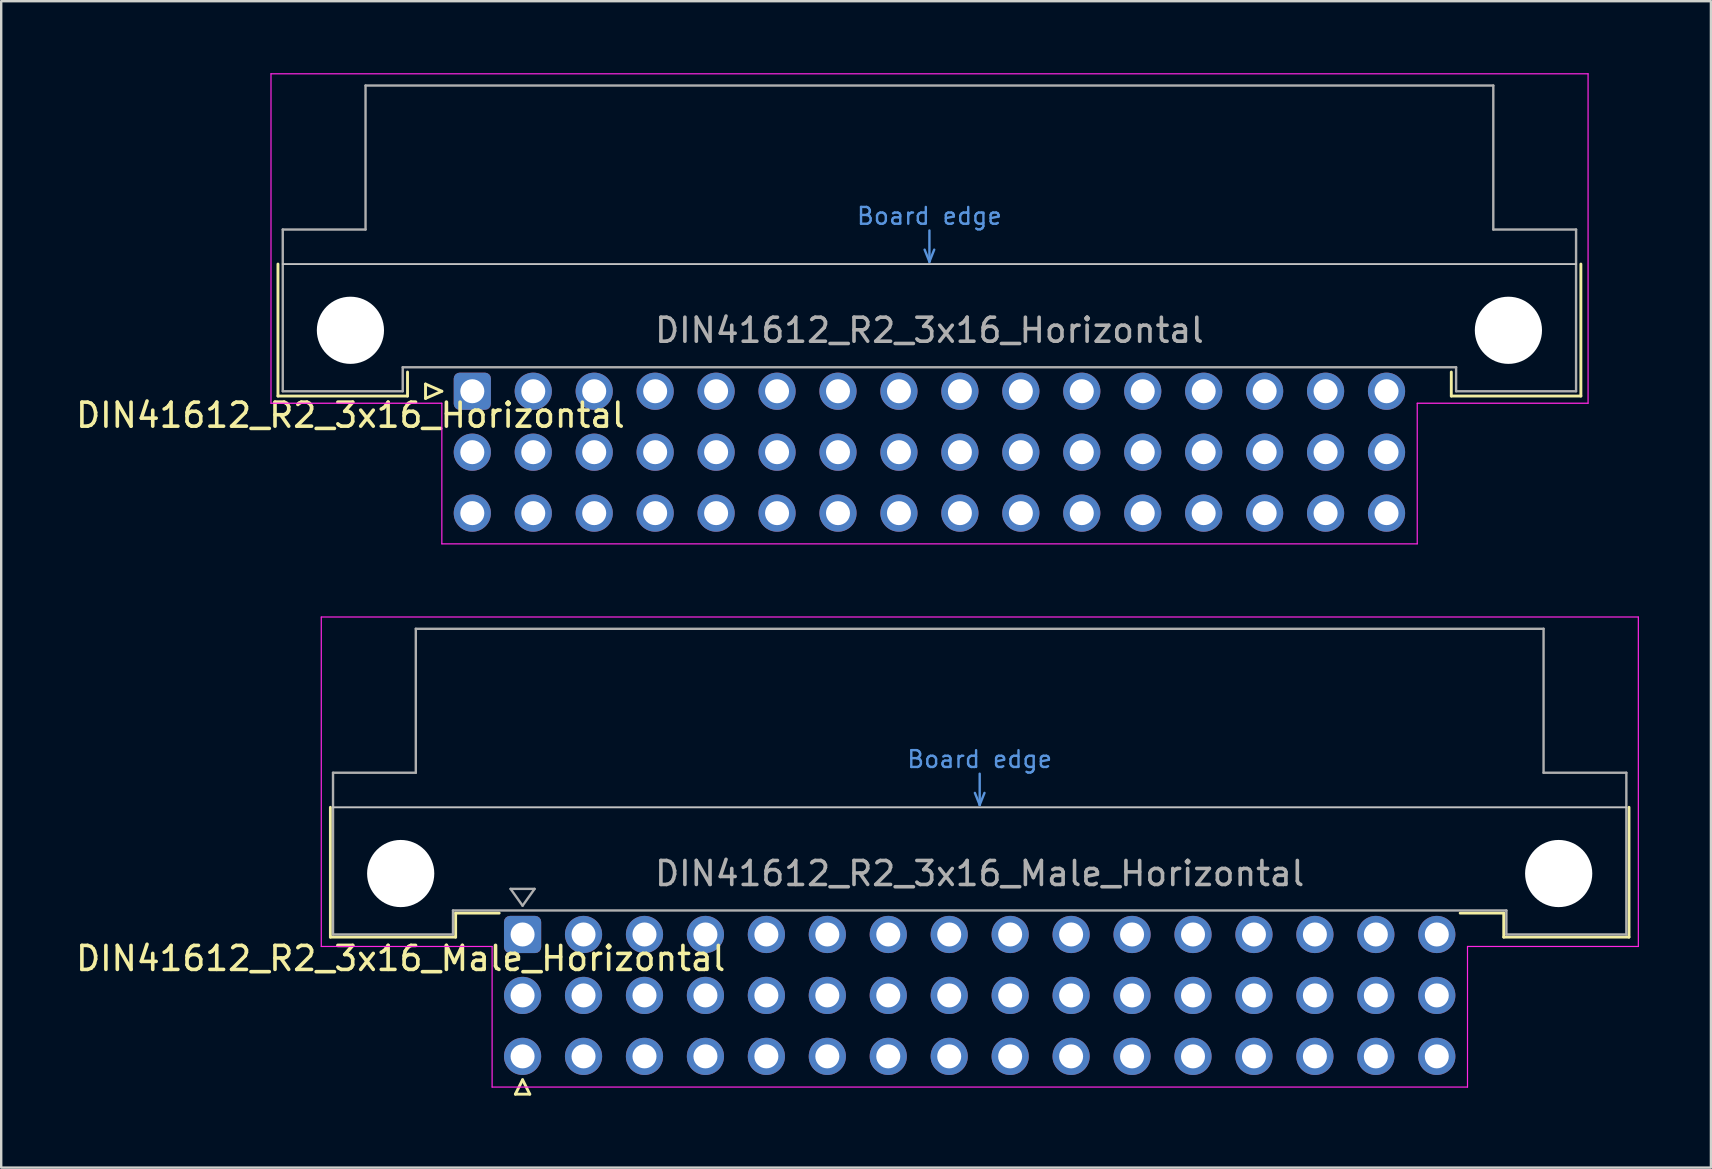
<source format=kicad_pcb>
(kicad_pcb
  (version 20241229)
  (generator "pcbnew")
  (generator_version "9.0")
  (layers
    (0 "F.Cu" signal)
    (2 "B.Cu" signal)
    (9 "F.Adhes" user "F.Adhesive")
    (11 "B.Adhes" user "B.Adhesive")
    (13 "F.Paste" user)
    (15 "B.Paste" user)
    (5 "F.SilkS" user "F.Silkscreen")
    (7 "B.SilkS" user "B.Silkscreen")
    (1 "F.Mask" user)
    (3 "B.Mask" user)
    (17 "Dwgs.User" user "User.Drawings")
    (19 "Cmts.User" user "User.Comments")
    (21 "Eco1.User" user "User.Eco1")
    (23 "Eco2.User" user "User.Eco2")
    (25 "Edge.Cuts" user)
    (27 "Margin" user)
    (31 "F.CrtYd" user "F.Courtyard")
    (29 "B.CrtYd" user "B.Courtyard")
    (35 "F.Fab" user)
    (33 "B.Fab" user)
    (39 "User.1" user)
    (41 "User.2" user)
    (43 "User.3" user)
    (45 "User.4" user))
  (footprint "DIN41612_R2_3x16_Male_Horizontal"
    (layer "F.Cu")
    (at 18.729 35.895)
    (property "Reference" "DIN41612_R2_3x16_Male_Horizontal" (at -5.08 1 0) (layer "F.SilkS") (effects (font (size 1 1) (thickness 0.15))))
    (attr through_hole)
    (fp_line (start -8.01 -5.3) (end -8.01 0.11) (stroke (width 0.12) (type solid)) (layer "F.SilkS"))
    (fp_line (start -8.01 0.11) (end -2.79 0.11) (stroke (width 0.12) (type solid)) (layer "F.SilkS"))
    (fp_line (start -2.79 -0.89) (end -0.975 -0.89) (stroke (width 0.12) (type solid)) (layer "F.SilkS"))
    (fp_line (start -2.79 0.11) (end -2.79 -0.89) (stroke (width 0.12) (type solid)) (layer "F.SilkS"))
    (fp_line (start -0.3 6.655) (end 0.3 6.655) (stroke (width 0.12) (type solid)) (layer "F.SilkS"))
    (fp_line (start 0 6.055) (end -0.3 6.655) (stroke (width 0.12) (type solid)) (layer "F.SilkS"))
    (fp_line (start 0.3 6.655) (end 0 6.055) (stroke (width 0.12) (type solid)) (layer "F.SilkS"))
    (fp_line (start 40.89 -0.89) (end 39.075 -0.89) (stroke (width 0.12) (type solid)) (layer "F.SilkS"))
    (fp_line (start 40.89 0.11) (end 40.89 -0.89) (stroke (width 0.12) (type solid)) (layer "F.SilkS"))
    (fp_line (start 46.11 -5.3) (end 46.11 0.11) (stroke (width 0.12) (type solid)) (layer "F.SilkS"))
    (fp_line (start 46.11 0.11) (end 40.89 0.11) (stroke (width 0.12) (type solid)) (layer "F.SilkS"))
    (fp_line (start -7.9 -5.3) (end 46 -5.3) (stroke (width 0.08) (type solid)) (layer "Dwgs.User"))
    (fp_line (start 18.85 -5.9) (end 19.05 -5.4) (stroke (width 0.1) (type solid)) (layer "Cmts.User"))
    (fp_line (start 19.05 -5.4) (end 19.05 -6.7) (stroke (width 0.1) (type solid)) (layer "Cmts.User"))
    (fp_line (start 19.05 -5.4) (end 19.25 -5.9) (stroke (width 0.1) (type solid)) (layer "Cmts.User"))
    (fp_line (start -8.39 -13.23) (end -8.39 0.5) (stroke (width 0.05) (type solid)) (layer "F.CrtYd"))
    (fp_line (start -8.39 0.5) (end -1.27 0.5) (stroke (width 0.05) (type solid)) (layer "F.CrtYd"))
    (fp_line (start -1.27 0.5) (end -1.27 6.36) (stroke (width 0.05) (type solid)) (layer "F.CrtYd"))
    (fp_line (start -1.27 6.36) (end 39.38 6.36) (stroke (width 0.05) (type solid)) (layer "F.CrtYd"))
    (fp_line (start 39.38 0.5) (end 46.5 0.5) (stroke (width 0.05) (type solid)) (layer "F.CrtYd"))
    (fp_line (start 39.38 6.36) (end 39.38 0.5) (stroke (width 0.05) (type solid)) (layer "F.CrtYd"))
    (fp_line (start 46.5 -13.23) (end -8.39 -13.23) (stroke (width 0.05) (type solid)) (layer "F.CrtYd"))
    (fp_line (start 46.5 0.5) (end 46.5 -13.23) (stroke (width 0.05) (type solid)) (layer "F.CrtYd"))
    (fp_line (start -7.9 -6.74) (end -7.9 0) (stroke (width 0.1) (type solid)) (layer "F.Fab"))
    (fp_line (start -7.9 0) (end -2.9 0) (stroke (width 0.1) (type solid)) (layer "F.Fab"))
    (fp_line (start -4.45 -12.74) (end -4.45 -6.74) (stroke (width 0.1) (type solid)) (layer "F.Fab"))
    (fp_line (start -4.45 -6.74) (end -7.9 -6.74) (stroke (width 0.1) (type solid)) (layer "F.Fab"))
    (fp_line (start -2.9 -1) (end 41 -1) (stroke (width 0.1) (type solid)) (layer "F.Fab"))
    (fp_line (start -2.9 0) (end -2.9 -1) (stroke (width 0.1) (type solid)) (layer "F.Fab"))
    (fp_line (start -0.5 -1.9) (end 0.5 -1.9) (stroke (width 0.1) (type solid)) (layer "F.Fab"))
    (fp_line (start 0 -1.2) (end -0.5 -1.9) (stroke (width 0.1) (type solid)) (layer "F.Fab"))
    (fp_line (start 0.5 -1.9) (end 0 -1.2) (stroke (width 0.1) (type solid)) (layer "F.Fab"))
    (fp_line (start 41 -1) (end 41 0) (stroke (width 0.1) (type solid)) (layer "F.Fab"))
    (fp_line (start 41 0) (end 46 0) (stroke (width 0.1) (type solid)) (layer "F.Fab"))
    (fp_line (start 42.55 -12.74) (end -4.45 -12.74) (stroke (width 0.1) (type solid)) (layer "F.Fab"))
    (fp_line (start 42.55 -6.74) (end 42.55 -12.74) (stroke (width 0.1) (type solid)) (layer "F.Fab"))
    (fp_line (start 46 -6.74) (end 42.55 -6.74) (stroke (width 0.1) (type solid)) (layer "F.Fab"))
    (fp_line (start 46 0) (end 46 -6.74) (stroke (width 0.1) (type solid)) (layer "F.Fab"))
    (fp_text user "Board edge" (at 19.05 -7.3 0) (layer "Cmts.User") (effects (font (size 0.7 0.7) (thickness 0.1))))
    (fp_text user "${REFERENCE}" (at 19.05 -2.54 0) (layer "F.Fab") (effects (font (size 1 1) (thickness 0.15))))
    (pad "" np_thru_hole circle (at -5.08 -2.54) (size 2.8 2.8) (drill 2.8) (layers "*.Cu" "*.Mask"))
    (pad "" np_thru_hole circle (at 43.18 -2.54) (size 2.8 2.8) (drill 2.8) (layers "*.Cu" "*.Mask"))
    (pad "a1" thru_hole roundrect (at 0 0) (size 1.55 1.55) (drill 1) (layers "*.Cu" "*.Mask") (roundrect_rratio 0.161))
    (pad "a2" thru_hole circle (at 2.54 0) (size 1.55 1.55) (drill 1) (layers "*.Cu" "*.Mask"))
    (pad "a3" thru_hole circle (at 5.08 0) (size 1.55 1.55) (drill 1) (layers "*.Cu" "*.Mask"))
    (pad "a4" thru_hole circle (at 7.62 0) (size 1.55 1.55) (drill 1) (layers "*.Cu" "*.Mask"))
    (pad "a5" thru_hole circle (at 10.16 0) (size 1.55 1.55) (drill 1) (layers "*.Cu" "*.Mask"))
    (pad "a6" thru_hole circle (at 12.7 0) (size 1.55 1.55) (drill 1) (layers "*.Cu" "*.Mask"))
    (pad "a7" thru_hole circle (at 15.24 0) (size 1.55 1.55) (drill 1) (layers "*.Cu" "*.Mask"))
    (pad "a8" thru_hole circle (at 17.78 0) (size 1.55 1.55) (drill 1) (layers "*.Cu" "*.Mask"))
    (pad "a9" thru_hole circle (at 20.32 0) (size 1.55 1.55) (drill 1) (layers "*.Cu" "*.Mask"))
    (pad "a10" thru_hole circle (at 22.86 0) (size 1.55 1.55) (drill 1) (layers "*.Cu" "*.Mask"))
    (pad "a11" thru_hole circle (at 25.4 0) (size 1.55 1.55) (drill 1) (layers "*.Cu" "*.Mask"))
    (pad "a12" thru_hole circle (at 27.94 0) (size 1.55 1.55) (drill 1) (layers "*.Cu" "*.Mask"))
    (pad "a13" thru_hole circle (at 30.48 0) (size 1.55 1.55) (drill 1) (layers "*.Cu" "*.Mask"))
    (pad "a14" thru_hole circle (at 33.02 0) (size 1.55 1.55) (drill 1) (layers "*.Cu" "*.Mask"))
    (pad "a15" thru_hole circle (at 35.56 0) (size 1.55 1.55) (drill 1) (layers "*.Cu" "*.Mask"))
    (pad "a16" thru_hole circle (at 38.1 0) (size 1.55 1.55) (drill 1) (layers "*.Cu" "*.Mask"))
    (pad "b1" thru_hole circle (at 0 2.54) (size 1.55 1.55) (drill 1) (layers "*.Cu" "*.Mask"))
    (pad "b2" thru_hole circle (at 2.54 2.54) (size 1.55 1.55) (drill 1) (layers "*.Cu" "*.Mask"))
    (pad "b3" thru_hole circle (at 5.08 2.54) (size 1.55 1.55) (drill 1) (layers "*.Cu" "*.Mask"))
    (pad "b4" thru_hole circle (at 7.62 2.54) (size 1.55 1.55) (drill 1) (layers "*.Cu" "*.Mask"))
    (pad "b5" thru_hole circle (at 10.16 2.54) (size 1.55 1.55) (drill 1) (layers "*.Cu" "*.Mask"))
    (pad "b6" thru_hole circle (at 12.7 2.54) (size 1.55 1.55) (drill 1) (layers "*.Cu" "*.Mask"))
    (pad "b7" thru_hole circle (at 15.24 2.54) (size 1.55 1.55) (drill 1) (layers "*.Cu" "*.Mask"))
    (pad "b8" thru_hole circle (at 17.78 2.54) (size 1.55 1.55) (drill 1) (layers "*.Cu" "*.Mask"))
    (pad "b9" thru_hole circle (at 20.32 2.54) (size 1.55 1.55) (drill 1) (layers "*.Cu" "*.Mask"))
    (pad "b10" thru_hole circle (at 22.86 2.54) (size 1.55 1.55) (drill 1) (layers "*.Cu" "*.Mask"))
    (pad "b11" thru_hole circle (at 25.4 2.54) (size 1.55 1.55) (drill 1) (layers "*.Cu" "*.Mask"))
    (pad "b12" thru_hole circle (at 27.94 2.54) (size 1.55 1.55) (drill 1) (layers "*.Cu" "*.Mask"))
    (pad "b13" thru_hole circle (at 30.48 2.54) (size 1.55 1.55) (drill 1) (layers "*.Cu" "*.Mask"))
    (pad "b14" thru_hole circle (at 33.02 2.54) (size 1.55 1.55) (drill 1) (layers "*.Cu" "*.Mask"))
    (pad "b15" thru_hole circle (at 35.56 2.54) (size 1.55 1.55) (drill 1) (layers "*.Cu" "*.Mask"))
    (pad "b16" thru_hole circle (at 38.1 2.54) (size 1.55 1.55) (drill 1) (layers "*.Cu" "*.Mask"))
    (pad "c1" thru_hole circle (at 0 5.08) (size 1.55 1.55) (drill 1) (layers "*.Cu" "*.Mask"))
    (pad "c2" thru_hole circle (at 2.54 5.08) (size 1.55 1.55) (drill 1) (layers "*.Cu" "*.Mask"))
    (pad "c3" thru_hole circle (at 5.08 5.08) (size 1.55 1.55) (drill 1) (layers "*.Cu" "*.Mask"))
    (pad "c4" thru_hole circle (at 7.62 5.08) (size 1.55 1.55) (drill 1) (layers "*.Cu" "*.Mask"))
    (pad "c5" thru_hole circle (at 10.16 5.08) (size 1.55 1.55) (drill 1) (layers "*.Cu" "*.Mask"))
    (pad "c6" thru_hole circle (at 12.7 5.08) (size 1.55 1.55) (drill 1) (layers "*.Cu" "*.Mask"))
    (pad "c7" thru_hole circle (at 15.24 5.08) (size 1.55 1.55) (drill 1) (layers "*.Cu" "*.Mask"))
    (pad "c8" thru_hole circle (at 17.78 5.08) (size 1.55 1.55) (drill 1) (layers "*.Cu" "*.Mask"))
    (pad "c9" thru_hole circle (at 20.32 5.08) (size 1.55 1.55) (drill 1) (layers "*.Cu" "*.Mask"))
    (pad "c10" thru_hole circle (at 22.86 5.08) (size 1.55 1.55) (drill 1) (layers "*.Cu" "*.Mask"))
    (pad "c11" thru_hole circle (at 25.4 5.08) (size 1.55 1.55) (drill 1) (layers "*.Cu" "*.Mask"))
    (pad "c12" thru_hole circle (at 27.94 5.08) (size 1.55 1.55) (drill 1) (layers "*.Cu" "*.Mask"))
    (pad "c13" thru_hole circle (at 30.48 5.08) (size 1.55 1.55) (drill 1) (layers "*.Cu" "*.Mask"))
    (pad "c14" thru_hole circle (at 33.02 5.08) (size 1.55 1.55) (drill 1) (layers "*.Cu" "*.Mask"))
    (pad "c15" thru_hole circle (at 35.56 5.08) (size 1.55 1.55) (drill 1) (layers "*.Cu" "*.Mask"))
    (pad "c16" thru_hole circle (at 38.1 5.08) (size 1.55 1.55) (drill 1) (layers "*.Cu" "*.Mask")))
  (footprint "DIN41612_R2_3x16_Horizontal"
    (layer "F.Cu")
    (at 16.634 13.255)
    (property "Reference" "DIN41612_R2_3x16_Horizontal" (at -5.08 1 0) (layer "F.SilkS") (effects (font (size 1 1) (thickness 0.15))))
    (attr through_hole)
    (fp_line (start -8.1 -5.3) (end -8.1 0.2) (stroke (width 0.12) (type solid)) (layer "F.SilkS"))
    (fp_line (start -8.1 0.2) (end -2.7 0.2) (stroke (width 0.12) (type solid)) (layer "F.SilkS"))
    (fp_line (start -2.7 0.2) (end -2.7 -0.8) (stroke (width 0.12) (type solid)) (layer "F.SilkS"))
    (fp_line (start -1.95 -0.3) (end -1.95 0.3) (stroke (width 0.12) (type solid)) (layer "F.SilkS"))
    (fp_line (start -1.95 0.3) (end -1.27 0) (stroke (width 0.12) (type solid)) (layer "F.SilkS"))
    (fp_line (start -1.27 0) (end -1.95 -0.3) (stroke (width 0.12) (type solid)) (layer "F.SilkS"))
    (fp_line (start 40.8 0.2) (end 40.8 -0.8) (stroke (width 0.12) (type solid)) (layer "F.SilkS"))
    (fp_line (start 46.2 -5.3) (end 46.2 0.2) (stroke (width 0.12) (type solid)) (layer "F.SilkS"))
    (fp_line (start 46.2 0.2) (end 40.8 0.2) (stroke (width 0.12) (type solid)) (layer "F.SilkS"))
    (fp_line (start -7.9 -5.3) (end 46 -5.3) (stroke (width 0.08) (type solid)) (layer "Dwgs.User"))
    (fp_line (start 18.85 -5.9) (end 19.05 -5.4) (stroke (width 0.1) (type solid)) (layer "Cmts.User"))
    (fp_line (start 19.05 -5.4) (end 19.05 -6.7) (stroke (width 0.1) (type solid)) (layer "Cmts.User"))
    (fp_line (start 19.05 -5.4) (end 19.25 -5.9) (stroke (width 0.1) (type solid)) (layer "Cmts.User"))
    (fp_line (start -8.39 -13.23) (end -8.39 0.5) (stroke (width 0.05) (type solid)) (layer "F.CrtYd"))
    (fp_line (start -8.39 0.5) (end -1.27 0.5) (stroke (width 0.05) (type solid)) (layer "F.CrtYd"))
    (fp_line (start -1.27 0.5) (end -1.27 6.36) (stroke (width 0.05) (type solid)) (layer "F.CrtYd"))
    (fp_line (start -1.27 6.36) (end 39.38 6.36) (stroke (width 0.05) (type solid)) (layer "F.CrtYd"))
    (fp_line (start 39.38 0.5) (end 46.5 0.5) (stroke (width 0.05) (type solid)) (layer "F.CrtYd"))
    (fp_line (start 39.38 6.36) (end 39.38 0.5) (stroke (width 0.05) (type solid)) (layer "F.CrtYd"))
    (fp_line (start 46.5 -13.23) (end -8.39 -13.23) (stroke (width 0.05) (type solid)) (layer "F.CrtYd"))
    (fp_line (start 46.5 0.5) (end 46.5 -13.23) (stroke (width 0.05) (type solid)) (layer "F.CrtYd"))
    (fp_line (start -7.9 -6.74) (end -7.9 0) (stroke (width 0.1) (type solid)) (layer "F.Fab"))
    (fp_line (start -7.9 0) (end -2.9 0) (stroke (width 0.1) (type solid)) (layer "F.Fab"))
    (fp_line (start -4.45 -12.74) (end -4.45 -6.74) (stroke (width 0.1) (type solid)) (layer "F.Fab"))
    (fp_line (start -4.45 -6.74) (end -7.9 -6.74) (stroke (width 0.1) (type solid)) (layer "F.Fab"))
    (fp_line (start -2.9 -1) (end 41 -1) (stroke (width 0.1) (type solid)) (layer "F.Fab"))
    (fp_line (start -2.9 0) (end -2.9 -1) (stroke (width 0.1) (type solid)) (layer "F.Fab"))
    (fp_line (start 41 -1) (end 41 0) (stroke (width 0.1) (type solid)) (layer "F.Fab"))
    (fp_line (start 41 0) (end 46 0) (stroke (width 0.1) (type solid)) (layer "F.Fab"))
    (fp_line (start 42.55 -12.74) (end -4.45 -12.74) (stroke (width 0.1) (type solid)) (layer "F.Fab"))
    (fp_line (start 42.55 -6.74) (end 42.55 -12.74) (stroke (width 0.1) (type solid)) (layer "F.Fab"))
    (fp_line (start 46 -6.74) (end 42.55 -6.74) (stroke (width 0.1) (type solid)) (layer "F.Fab"))
    (fp_line (start 46 0) (end 46 -6.74) (stroke (width 0.1) (type solid)) (layer "F.Fab"))
    (fp_text user "Board edge" (at 19.05 -7.3 0) (layer "Cmts.User") (effects (font (size 0.7 0.7) (thickness 0.1))))
    (fp_text user "${REFERENCE}" (at 19.05 -2.54 0) (layer "F.Fab") (effects (font (size 1 1) (thickness 0.15))))
    (pad "" np_thru_hole circle (at -5.08 -2.54) (size 2.8 2.8) (drill 2.8) (layers "*.Cu" "*.Mask"))
    (pad "" np_thru_hole circle (at 43.18 -2.54) (size 2.8 2.8) (drill 2.8) (layers "*.Cu" "*.Mask"))
    (pad "a1" thru_hole roundrect (at 0 0) (size 1.55 1.55) (drill 1) (layers "*.Cu" "*.Mask") (roundrect_rratio 0.161))
    (pad "a2" thru_hole circle (at 2.54 0) (size 1.55 1.55) (drill 1) (layers "*.Cu" "*.Mask"))
    (pad "a3" thru_hole circle (at 5.08 0) (size 1.55 1.55) (drill 1) (layers "*.Cu" "*.Mask"))
    (pad "a4" thru_hole circle (at 7.62 0) (size 1.55 1.55) (drill 1) (layers "*.Cu" "*.Mask"))
    (pad "a5" thru_hole circle (at 10.16 0) (size 1.55 1.55) (drill 1) (layers "*.Cu" "*.Mask"))
    (pad "a6" thru_hole circle (at 12.7 0) (size 1.55 1.55) (drill 1) (layers "*.Cu" "*.Mask"))
    (pad "a7" thru_hole circle (at 15.24 0) (size 1.55 1.55) (drill 1) (layers "*.Cu" "*.Mask"))
    (pad "a8" thru_hole circle (at 17.78 0) (size 1.55 1.55) (drill 1) (layers "*.Cu" "*.Mask"))
    (pad "a9" thru_hole circle (at 20.32 0) (size 1.55 1.55) (drill 1) (layers "*.Cu" "*.Mask"))
    (pad "a10" thru_hole circle (at 22.86 0) (size 1.55 1.55) (drill 1) (layers "*.Cu" "*.Mask"))
    (pad "a11" thru_hole circle (at 25.4 0) (size 1.55 1.55) (drill 1) (layers "*.Cu" "*.Mask"))
    (pad "a12" thru_hole circle (at 27.94 0) (size 1.55 1.55) (drill 1) (layers "*.Cu" "*.Mask"))
    (pad "a13" thru_hole circle (at 30.48 0) (size 1.55 1.55) (drill 1) (layers "*.Cu" "*.Mask"))
    (pad "a14" thru_hole circle (at 33.02 0) (size 1.55 1.55) (drill 1) (layers "*.Cu" "*.Mask"))
    (pad "a15" thru_hole circle (at 35.56 0) (size 1.55 1.55) (drill 1) (layers "*.Cu" "*.Mask"))
    (pad "a16" thru_hole circle (at 38.1 0) (size 1.55 1.55) (drill 1) (layers "*.Cu" "*.Mask"))
    (pad "b1" thru_hole circle (at 0 2.54) (size 1.55 1.55) (drill 1) (layers "*.Cu" "*.Mask"))
    (pad "b2" thru_hole circle (at 2.54 2.54) (size 1.55 1.55) (drill 1) (layers "*.Cu" "*.Mask"))
    (pad "b3" thru_hole circle (at 5.08 2.54) (size 1.55 1.55) (drill 1) (layers "*.Cu" "*.Mask"))
    (pad "b4" thru_hole circle (at 7.62 2.54) (size 1.55 1.55) (drill 1) (layers "*.Cu" "*.Mask"))
    (pad "b5" thru_hole circle (at 10.16 2.54) (size 1.55 1.55) (drill 1) (layers "*.Cu" "*.Mask"))
    (pad "b6" thru_hole circle (at 12.7 2.54) (size 1.55 1.55) (drill 1) (layers "*.Cu" "*.Mask"))
    (pad "b7" thru_hole circle (at 15.24 2.54) (size 1.55 1.55) (drill 1) (layers "*.Cu" "*.Mask"))
    (pad "b8" thru_hole circle (at 17.78 2.54) (size 1.55 1.55) (drill 1) (layers "*.Cu" "*.Mask"))
    (pad "b9" thru_hole circle (at 20.32 2.54) (size 1.55 1.55) (drill 1) (layers "*.Cu" "*.Mask"))
    (pad "b10" thru_hole circle (at 22.86 2.54) (size 1.55 1.55) (drill 1) (layers "*.Cu" "*.Mask"))
    (pad "b11" thru_hole circle (at 25.4 2.54) (size 1.55 1.55) (drill 1) (layers "*.Cu" "*.Mask"))
    (pad "b12" thru_hole circle (at 27.94 2.54) (size 1.55 1.55) (drill 1) (layers "*.Cu" "*.Mask"))
    (pad "b13" thru_hole circle (at 30.48 2.54) (size 1.55 1.55) (drill 1) (layers "*.Cu" "*.Mask"))
    (pad "b14" thru_hole circle (at 33.02 2.54) (size 1.55 1.55) (drill 1) (layers "*.Cu" "*.Mask"))
    (pad "b15" thru_hole circle (at 35.56 2.54) (size 1.55 1.55) (drill 1) (layers "*.Cu" "*.Mask"))
    (pad "b16" thru_hole circle (at 38.1 2.54) (size 1.55 1.55) (drill 1) (layers "*.Cu" "*.Mask"))
    (pad "c1" thru_hole circle (at 0 5.08) (size 1.55 1.55) (drill 1) (layers "*.Cu" "*.Mask"))
    (pad "c2" thru_hole circle (at 2.54 5.08) (size 1.55 1.55) (drill 1) (layers "*.Cu" "*.Mask"))
    (pad "c3" thru_hole circle (at 5.08 5.08) (size 1.55 1.55) (drill 1) (layers "*.Cu" "*.Mask"))
    (pad "c4" thru_hole circle (at 7.62 5.08) (size 1.55 1.55) (drill 1) (layers "*.Cu" "*.Mask"))
    (pad "c5" thru_hole circle (at 10.16 5.08) (size 1.55 1.55) (drill 1) (layers "*.Cu" "*.Mask"))
    (pad "c6" thru_hole circle (at 12.7 5.08) (size 1.55 1.55) (drill 1) (layers "*.Cu" "*.Mask"))
    (pad "c7" thru_hole circle (at 15.24 5.08) (size 1.55 1.55) (drill 1) (layers "*.Cu" "*.Mask"))
    (pad "c8" thru_hole circle (at 17.78 5.08) (size 1.55 1.55) (drill 1) (layers "*.Cu" "*.Mask"))
    (pad "c9" thru_hole circle (at 20.32 5.08) (size 1.55 1.55) (drill 1) (layers "*.Cu" "*.Mask"))
    (pad "c10" thru_hole circle (at 22.86 5.08) (size 1.55 1.55) (drill 1) (layers "*.Cu" "*.Mask"))
    (pad "c11" thru_hole circle (at 25.4 5.08) (size 1.55 1.55) (drill 1) (layers "*.Cu" "*.Mask"))
    (pad "c12" thru_hole circle (at 27.94 5.08) (size 1.55 1.55) (drill 1) (layers "*.Cu" "*.Mask"))
    (pad "c13" thru_hole circle (at 30.48 5.08) (size 1.55 1.55) (drill 1) (layers "*.Cu" "*.Mask"))
    (pad "c14" thru_hole circle (at 33.02 5.08) (size 1.55 1.55) (drill 1) (layers "*.Cu" "*.Mask"))
    (pad "c15" thru_hole circle (at 35.56 5.08) (size 1.55 1.55) (drill 1) (layers "*.Cu" "*.Mask"))
    (pad "c16" thru_hole circle (at 38.1 5.08) (size 1.55 1.55) (drill 1) (layers "*.Cu" "*.Mask")))
  (gr_rect
    (start -3 -3)
    (end 68.254 45.61)
    (stroke (width 0.1) (type default))
    (fill no)
    (layer "Edge.Cuts")))
</source>
